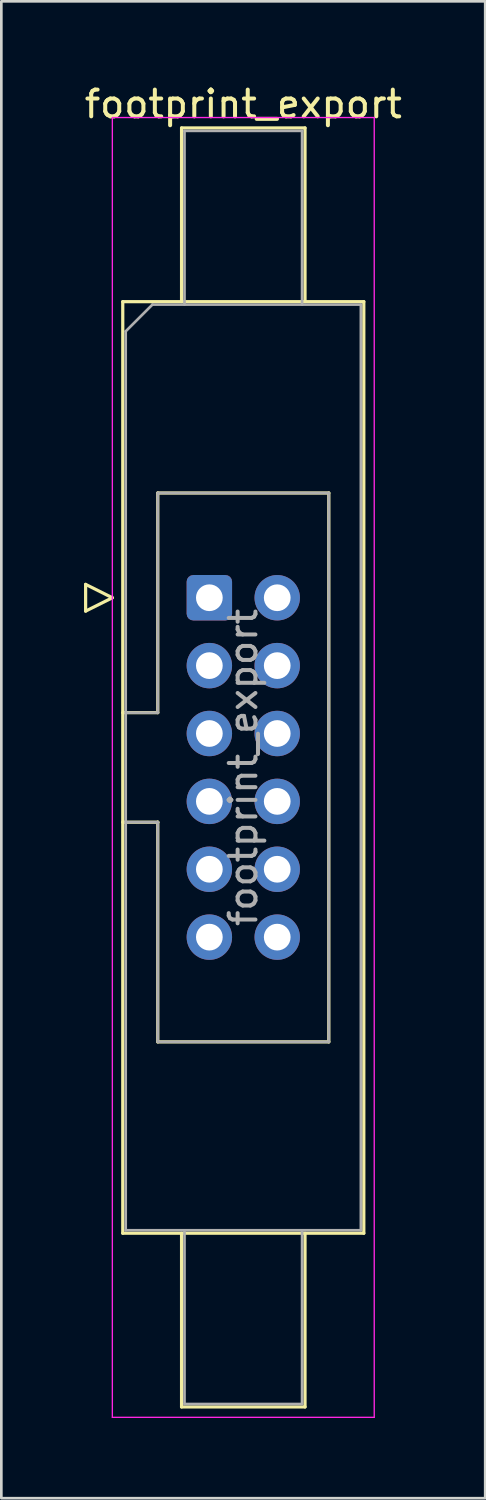
<source format=kicad_pcb>
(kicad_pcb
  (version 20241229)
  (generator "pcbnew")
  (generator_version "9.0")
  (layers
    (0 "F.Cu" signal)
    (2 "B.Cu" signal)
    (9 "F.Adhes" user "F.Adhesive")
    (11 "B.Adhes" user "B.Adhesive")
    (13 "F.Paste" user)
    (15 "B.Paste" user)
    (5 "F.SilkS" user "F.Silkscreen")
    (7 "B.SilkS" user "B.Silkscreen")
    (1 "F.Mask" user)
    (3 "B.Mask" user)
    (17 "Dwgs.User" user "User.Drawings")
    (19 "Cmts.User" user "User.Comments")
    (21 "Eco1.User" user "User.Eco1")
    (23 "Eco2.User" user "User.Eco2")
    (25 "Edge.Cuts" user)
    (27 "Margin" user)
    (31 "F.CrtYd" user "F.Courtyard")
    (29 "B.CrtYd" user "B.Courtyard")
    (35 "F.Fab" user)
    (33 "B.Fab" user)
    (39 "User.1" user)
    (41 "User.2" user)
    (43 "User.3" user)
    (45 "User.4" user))
  (footprint "footprint_export"
    (layer "F.Cu")
    (at 4.784 19.318)
    (property "Reference" "footprint_export" (at 1.27 -18.47 0) (layer "F.SilkS") (effects (font (size 1 1) (thickness 0.15))))
    (attr through_hole)
    (fp_line (start -4.63 -0.5) (end -4.63 0.5) (stroke (width 0.12) (type solid)) (layer "F.SilkS"))
    (fp_line (start -4.63 0.5) (end -3.63 0) (stroke (width 0.12) (type solid)) (layer "F.SilkS"))
    (fp_line (start -3.63 0) (end -4.63 -0.5) (stroke (width 0.12) (type solid)) (layer "F.SilkS"))
    (fp_line (start -3.24 -11.08) (end 5.78 -11.08) (stroke (width 0.12) (type solid)) (layer "F.SilkS"))
    (fp_line (start -3.24 4.3) (end -1.93 4.3) (stroke (width 0.12) (type solid)) (layer "F.SilkS"))
    (fp_line (start -3.24 23.78) (end -3.24 -11.08) (stroke (width 0.12) (type solid)) (layer "F.SilkS"))
    (fp_line (start -1.93 -3.92) (end 4.47 -3.92) (stroke (width 0.12) (type solid)) (layer "F.SilkS"))
    (fp_line (start -1.93 4.3) (end -1.93 -3.92) (stroke (width 0.12) (type solid)) (layer "F.SilkS"))
    (fp_line (start -1.93 8.4) (end -3.24 8.4) (stroke (width 0.12) (type solid)) (layer "F.SilkS"))
    (fp_line (start -1.93 8.4) (end -1.93 8.4) (stroke (width 0.12) (type solid)) (layer "F.SilkS"))
    (fp_line (start -1.93 16.62) (end -1.93 8.4) (stroke (width 0.12) (type solid)) (layer "F.SilkS"))
    (fp_line (start -1.04 -17.58) (end 3.58 -17.58) (stroke (width 0.12) (type solid)) (layer "F.SilkS"))
    (fp_line (start -1.04 -11.08) (end -1.04 -17.58) (stroke (width 0.12) (type solid)) (layer "F.SilkS"))
    (fp_line (start -1.04 23.78) (end -1.04 30.28) (stroke (width 0.12) (type solid)) (layer "F.SilkS"))
    (fp_line (start -1.04 30.28) (end 3.58 30.28) (stroke (width 0.12) (type solid)) (layer "F.SilkS"))
    (fp_line (start 3.58 -17.58) (end 3.58 -11.08) (stroke (width 0.12) (type solid)) (layer "F.SilkS"))
    (fp_line (start 3.58 30.28) (end 3.58 23.78) (stroke (width 0.12) (type solid)) (layer "F.SilkS"))
    (fp_line (start 4.47 -3.92) (end 4.47 16.62) (stroke (width 0.12) (type solid)) (layer "F.SilkS"))
    (fp_line (start 4.47 16.62) (end -1.93 16.62) (stroke (width 0.12) (type solid)) (layer "F.SilkS"))
    (fp_line (start 5.78 -11.08) (end 5.78 23.78) (stroke (width 0.12) (type solid)) (layer "F.SilkS"))
    (fp_line (start 5.78 23.78) (end -3.24 23.78) (stroke (width 0.12) (type solid)) (layer "F.SilkS"))
    (fp_line (start -3.63 -17.97) (end -3.63 30.67) (stroke (width 0.05) (type solid)) (layer "F.CrtYd"))
    (fp_line (start -3.63 30.67) (end 6.17 30.67) (stroke (width 0.05) (type solid)) (layer "F.CrtYd"))
    (fp_line (start 6.17 -17.97) (end -3.63 -17.97) (stroke (width 0.05) (type solid)) (layer "F.CrtYd"))
    (fp_line (start 6.17 30.67) (end 6.17 -17.97) (stroke (width 0.05) (type solid)) (layer "F.CrtYd"))
    (fp_line (start -3.13 -9.97) (end -2.13 -10.97) (stroke (width 0.1) (type solid)) (layer "F.Fab"))
    (fp_line (start -3.13 4.3) (end -1.93 4.3) (stroke (width 0.1) (type solid)) (layer "F.Fab"))
    (fp_line (start -3.13 23.67) (end -3.13 -9.97) (stroke (width 0.1) (type solid)) (layer "F.Fab"))
    (fp_line (start -2.13 -10.97) (end 5.67 -10.97) (stroke (width 0.1) (type solid)) (layer "F.Fab"))
    (fp_line (start -1.93 -3.92) (end 4.47 -3.92) (stroke (width 0.1) (type solid)) (layer "F.Fab"))
    (fp_line (start -1.93 4.3) (end -1.93 -3.92) (stroke (width 0.1) (type solid)) (layer "F.Fab"))
    (fp_line (start -1.93 8.4) (end -3.13 8.4) (stroke (width 0.1) (type solid)) (layer "F.Fab"))
    (fp_line (start -1.93 8.4) (end -1.93 8.4) (stroke (width 0.1) (type solid)) (layer "F.Fab"))
    (fp_line (start -1.93 16.62) (end -1.93 8.4) (stroke (width 0.1) (type solid)) (layer "F.Fab"))
    (fp_line (start -0.93 -17.47) (end 3.47 -17.47) (stroke (width 0.1) (type solid)) (layer "F.Fab"))
    (fp_line (start -0.93 -10.97) (end -0.93 -17.47) (stroke (width 0.1) (type solid)) (layer "F.Fab"))
    (fp_line (start -0.93 23.67) (end -0.93 30.17) (stroke (width 0.1) (type solid)) (layer "F.Fab"))
    (fp_line (start -0.93 30.17) (end 3.47 30.17) (stroke (width 0.1) (type solid)) (layer "F.Fab"))
    (fp_line (start 3.47 -17.47) (end 3.47 -10.97) (stroke (width 0.1) (type solid)) (layer "F.Fab"))
    (fp_line (start 3.47 30.17) (end 3.47 23.67) (stroke (width 0.1) (type solid)) (layer "F.Fab"))
    (fp_line (start 4.47 -3.92) (end 4.47 16.62) (stroke (width 0.1) (type solid)) (layer "F.Fab"))
    (fp_line (start 4.47 16.62) (end -1.93 16.62) (stroke (width 0.1) (type solid)) (layer "F.Fab"))
    (fp_line (start 5.67 -10.97) (end 5.67 23.67) (stroke (width 0.1) (type solid)) (layer "F.Fab"))
    (fp_line (start 5.67 23.67) (end -3.13 23.67) (stroke (width 0.1) (type solid)) (layer "F.Fab"))
    (fp_text user "${REFERENCE}" (at 1.27 6.35 90) (layer "F.Fab") (effects (font (size 1 1) (thickness 0.15))))
    (pad "1" thru_hole roundrect (at 0 0) (size 1.7 1.7) (drill 1) (layers "*.Cu" "*.Mask") (roundrect_rratio 0.147))
    (pad "2" thru_hole circle (at 2.54 0) (size 1.7 1.7) (drill 1) (layers "*.Cu" "*.Mask"))
    (pad "3" thru_hole circle (at 0 2.54) (size 1.7 1.7) (drill 1) (layers "*.Cu" "*.Mask"))
    (pad "4" thru_hole circle (at 2.54 2.54) (size 1.7 1.7) (drill 1) (layers "*.Cu" "*.Mask"))
    (pad "5" thru_hole circle (at 0 5.08) (size 1.7 1.7) (drill 1) (layers "*.Cu" "*.Mask"))
    (pad "6" thru_hole circle (at 2.54 5.08) (size 1.7 1.7) (drill 1) (layers "*.Cu" "*.Mask"))
    (pad "7" thru_hole circle (at 0 7.62) (size 1.7 1.7) (drill 1) (layers "*.Cu" "*.Mask"))
    (pad "8" thru_hole circle (at 2.54 7.62) (size 1.7 1.7) (drill 1) (layers "*.Cu" "*.Mask"))
    (pad "9" thru_hole circle (at 0 10.16) (size 1.7 1.7) (drill 1) (layers "*.Cu" "*.Mask"))
    (pad "10" thru_hole circle (at 2.54 10.16) (size 1.7 1.7) (drill 1) (layers "*.Cu" "*.Mask"))
    (pad "11" thru_hole circle (at 0 12.7) (size 1.7 1.7) (drill 1) (layers "*.Cu" "*.Mask"))
    (pad "12" thru_hole circle (at 2.54 12.7) (size 1.7 1.7) (drill 1) (layers "*.Cu" "*.Mask")))
  (gr_rect
    (start -3 -3)
    (end 15.107 53.013)
    (stroke (width 0.1) (type default))
    (fill no)
    (layer "Edge.Cuts")))
</source>
